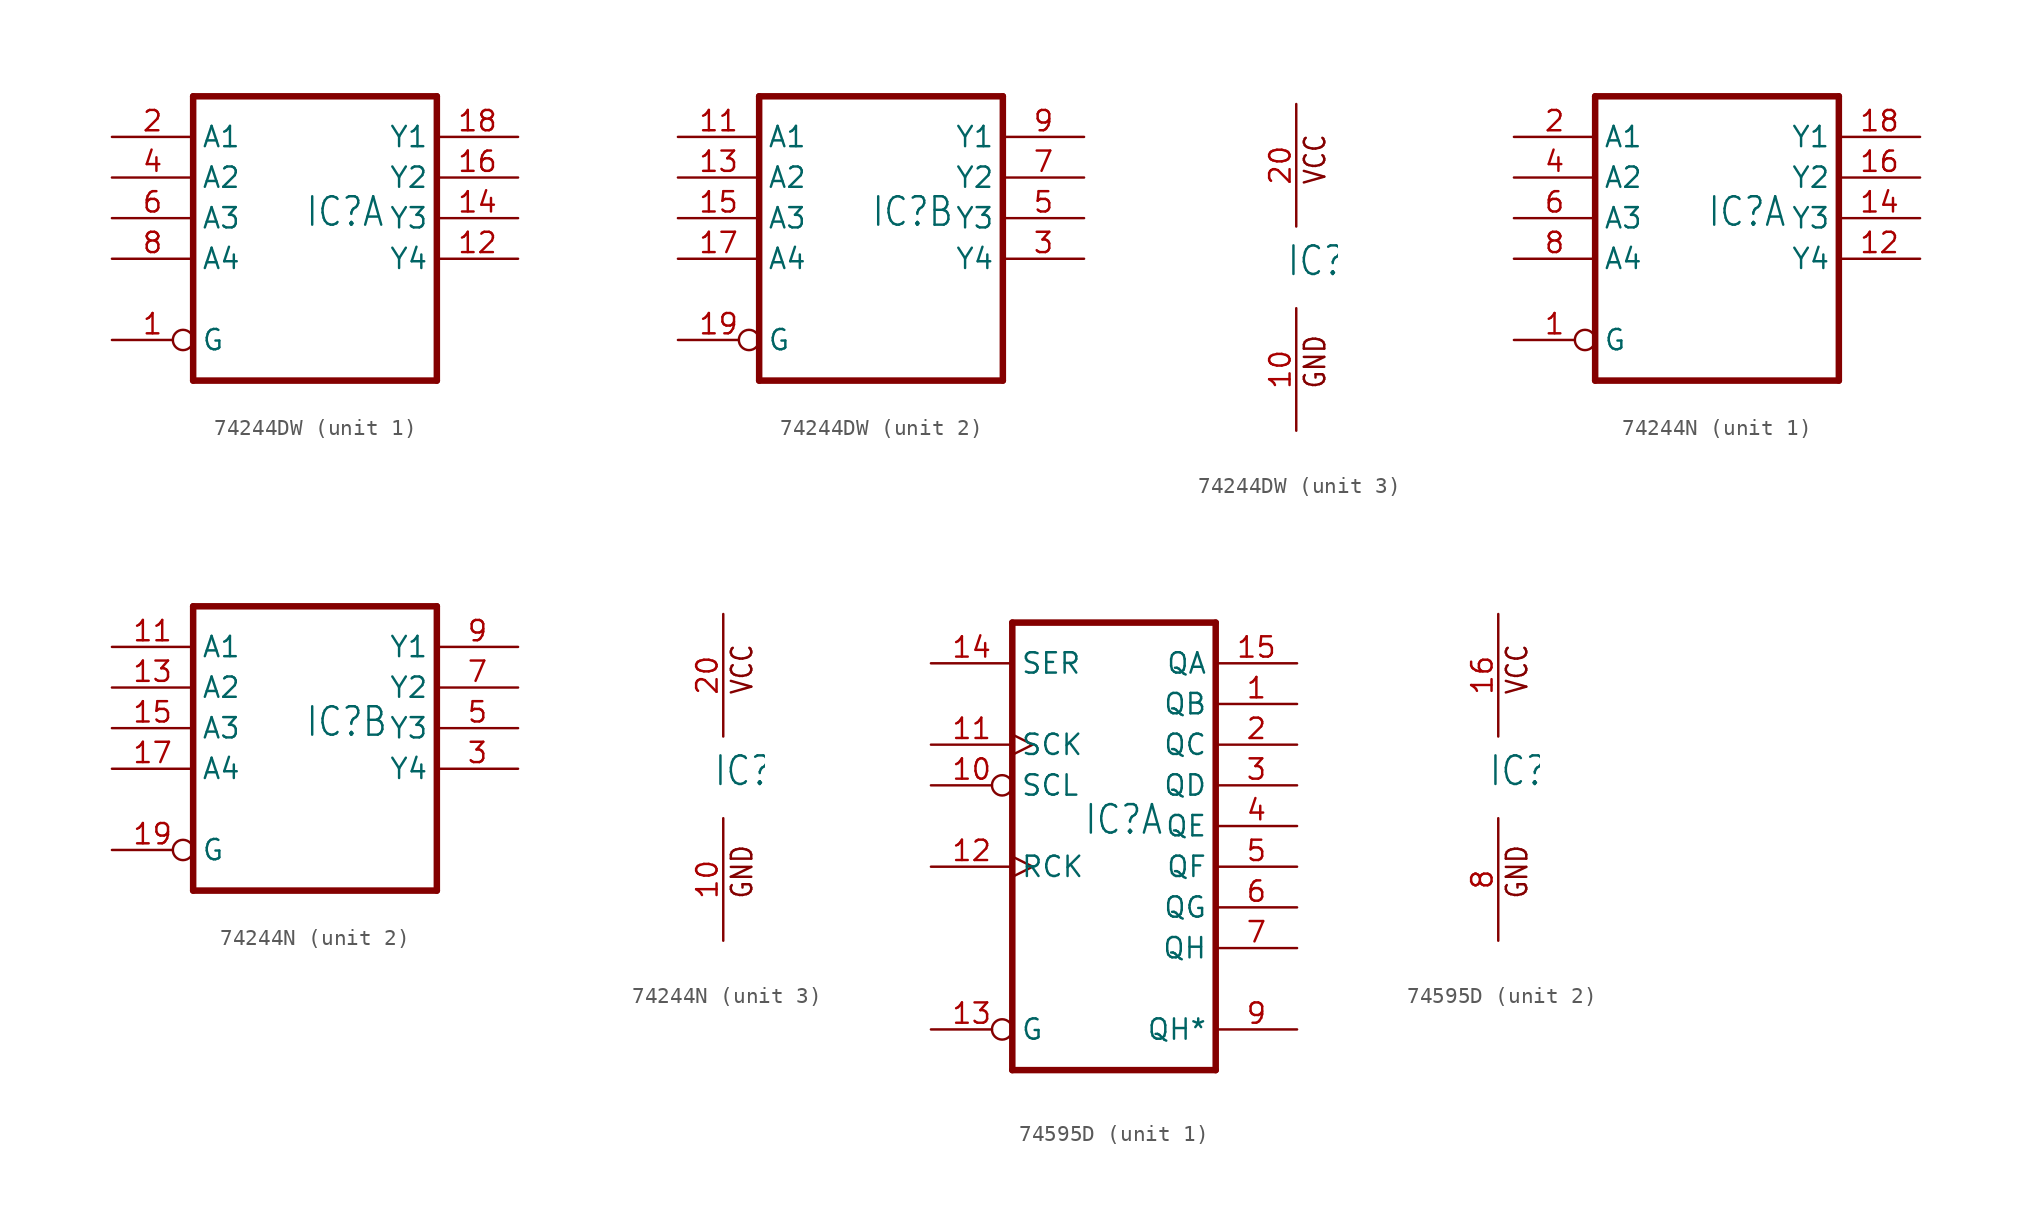
<source format=kicad_sym>
(kicad_symbol_lib
  (version 20220914)
  (generator kicad_symbol_editor)
  (symbol "74244DW"
    (property "Reference" "IC"
      (at -0.635 -0.635 0)
      (effects (font (size 1.778 1.511)) (justify left bottom)))
    (property "ki_locked" ""
      (at 0 0 0)
      (effects (font (size 1.27 1.27))))
    (symbol "74244DW_1_0"
      (polyline (pts (xy -7.62 -10.16) (xy 7.62 -10.16)) (stroke (width 0.406) (type solid)) (fill (type none)))
      (polyline (pts (xy -7.62 7.62) (xy -7.62 -10.16)) (stroke (width 0.406) (type solid)) (fill (type none)))
      (polyline (pts (xy 7.62 -10.16) (xy 7.62 7.62)) (stroke (width 0.406) (type solid)) (fill (type none)))
      (polyline (pts (xy 7.62 7.62) (xy -7.62 7.62)) (stroke (width 0.406) (type solid)) (fill (type none)))
      (pin input inverted (at -12.7 -7.62 0) (length 5.08) (name "G" (effects (font (size 1.27 1.27)))) (number "1" (effects (font (size 1.27 1.27)))))
      (pin tri_state line (at 12.7 -2.54 180) (length 5.08) (name "Y4" (effects (font (size 1.27 1.27)))) (number "12" (effects (font (size 1.27 1.27)))))
      (pin tri_state line (at 12.7 0 180) (length 5.08) (name "Y3" (effects (font (size 1.27 1.27)))) (number "14" (effects (font (size 1.27 1.27)))))
      (pin tri_state line (at 12.7 2.54 180) (length 5.08) (name "Y2" (effects (font (size 1.27 1.27)))) (number "16" (effects (font (size 1.27 1.27)))))
      (pin tri_state line (at 12.7 5.08 180) (length 5.08) (name "Y1" (effects (font (size 1.27 1.27)))) (number "18" (effects (font (size 1.27 1.27)))))
      (pin input line (at -12.7 5.08 0) (length 5.08) (name "A1" (effects (font (size 1.27 1.27)))) (number "2" (effects (font (size 1.27 1.27)))))
      (pin input line (at -12.7 2.54 0) (length 5.08) (name "A2" (effects (font (size 1.27 1.27)))) (number "4" (effects (font (size 1.27 1.27)))))
      (pin input line (at -12.7 0 0) (length 5.08) (name "A3" (effects (font (size 1.27 1.27)))) (number "6" (effects (font (size 1.27 1.27)))))
      (pin input line (at -12.7 -2.54 0) (length 5.08) (name "A4" (effects (font (size 1.27 1.27)))) (number "8" (effects (font (size 1.27 1.27))))))
    (symbol "74244DW_2_0"
      (polyline (pts (xy -7.62 -10.16) (xy 7.62 -10.16)) (stroke (width 0.406) (type solid)) (fill (type none)))
      (polyline (pts (xy -7.62 7.62) (xy -7.62 -10.16)) (stroke (width 0.406) (type solid)) (fill (type none)))
      (polyline (pts (xy 7.62 -10.16) (xy 7.62 7.62)) (stroke (width 0.406) (type solid)) (fill (type none)))
      (polyline (pts (xy 7.62 7.62) (xy -7.62 7.62)) (stroke (width 0.406) (type solid)) (fill (type none)))
      (pin input line (at -12.7 5.08 0) (length 5.08) (name "A1" (effects (font (size 1.27 1.27)))) (number "11" (effects (font (size 1.27 1.27)))))
      (pin input line (at -12.7 2.54 0) (length 5.08) (name "A2" (effects (font (size 1.27 1.27)))) (number "13" (effects (font (size 1.27 1.27)))))
      (pin input line (at -12.7 0 0) (length 5.08) (name "A3" (effects (font (size 1.27 1.27)))) (number "15" (effects (font (size 1.27 1.27)))))
      (pin input line (at -12.7 -2.54 0) (length 5.08) (name "A4" (effects (font (size 1.27 1.27)))) (number "17" (effects (font (size 1.27 1.27)))))
      (pin input inverted (at -12.7 -7.62 0) (length 5.08) (name "G" (effects (font (size 1.27 1.27)))) (number "19" (effects (font (size 1.27 1.27)))))
      (pin tri_state line (at 12.7 -2.54 180) (length 5.08) (name "Y4" (effects (font (size 1.27 1.27)))) (number "3" (effects (font (size 1.27 1.27)))))
      (pin tri_state line (at 12.7 0 180) (length 5.08) (name "Y3" (effects (font (size 1.27 1.27)))) (number "5" (effects (font (size 1.27 1.27)))))
      (pin tri_state line (at 12.7 2.54 180) (length 5.08) (name "Y2" (effects (font (size 1.27 1.27)))) (number "7" (effects (font (size 1.27 1.27)))))
      (pin tri_state line (at 12.7 5.08 180) (length 5.08) (name "Y1" (effects (font (size 1.27 1.27)))) (number "9" (effects (font (size 1.27 1.27))))))
    (symbol "74244DW_3_0"
      (text "GND" (at 1.905 -7.62 900) (effects (font (size 1.27 1.079)) (justify left bottom)))
      (text "VCC" (at 1.905 5.08 900) (effects (font (size 1.27 1.079)) (justify left bottom)))
      (pin power_in line (at 0 -10.16 90) (length 7.62) (name "GND" (effects (font (size 0 0)))) (number "10" (effects (font (size 1.27 1.27)))))
      (pin power_in line (at 0 10.16 270) (length 7.62) (name "VCC" (effects (font (size 0 0)))) (number "20" (effects (font (size 1.27 1.27)))))))
  (symbol "74244N"
    (property "Reference" "IC"
      (at -0.635 -0.635 0)
      (effects (font (size 1.778 1.511)) (justify left bottom)))
    (property "ki_locked" ""
      (at 0 0 0)
      (effects (font (size 1.27 1.27))))
    (symbol "74244N_1_0"
      (polyline (pts (xy -7.62 -10.16) (xy 7.62 -10.16)) (stroke (width 0.406) (type solid)) (fill (type none)))
      (polyline (pts (xy -7.62 7.62) (xy -7.62 -10.16)) (stroke (width 0.406) (type solid)) (fill (type none)))
      (polyline (pts (xy 7.62 -10.16) (xy 7.62 7.62)) (stroke (width 0.406) (type solid)) (fill (type none)))
      (polyline (pts (xy 7.62 7.62) (xy -7.62 7.62)) (stroke (width 0.406) (type solid)) (fill (type none)))
      (pin input inverted (at -12.7 -7.62 0) (length 5.08) (name "G" (effects (font (size 1.27 1.27)))) (number "1" (effects (font (size 1.27 1.27)))))
      (pin tri_state line (at 12.7 -2.54 180) (length 5.08) (name "Y4" (effects (font (size 1.27 1.27)))) (number "12" (effects (font (size 1.27 1.27)))))
      (pin tri_state line (at 12.7 0 180) (length 5.08) (name "Y3" (effects (font (size 1.27 1.27)))) (number "14" (effects (font (size 1.27 1.27)))))
      (pin tri_state line (at 12.7 2.54 180) (length 5.08) (name "Y2" (effects (font (size 1.27 1.27)))) (number "16" (effects (font (size 1.27 1.27)))))
      (pin tri_state line (at 12.7 5.08 180) (length 5.08) (name "Y1" (effects (font (size 1.27 1.27)))) (number "18" (effects (font (size 1.27 1.27)))))
      (pin input line (at -12.7 5.08 0) (length 5.08) (name "A1" (effects (font (size 1.27 1.27)))) (number "2" (effects (font (size 1.27 1.27)))))
      (pin input line (at -12.7 2.54 0) (length 5.08) (name "A2" (effects (font (size 1.27 1.27)))) (number "4" (effects (font (size 1.27 1.27)))))
      (pin input line (at -12.7 0 0) (length 5.08) (name "A3" (effects (font (size 1.27 1.27)))) (number "6" (effects (font (size 1.27 1.27)))))
      (pin input line (at -12.7 -2.54 0) (length 5.08) (name "A4" (effects (font (size 1.27 1.27)))) (number "8" (effects (font (size 1.27 1.27))))))
    (symbol "74244N_2_0"
      (polyline (pts (xy -7.62 -10.16) (xy 7.62 -10.16)) (stroke (width 0.406) (type solid)) (fill (type none)))
      (polyline (pts (xy -7.62 7.62) (xy -7.62 -10.16)) (stroke (width 0.406) (type solid)) (fill (type none)))
      (polyline (pts (xy 7.62 -10.16) (xy 7.62 7.62)) (stroke (width 0.406) (type solid)) (fill (type none)))
      (polyline (pts (xy 7.62 7.62) (xy -7.62 7.62)) (stroke (width 0.406) (type solid)) (fill (type none)))
      (pin input line (at -12.7 5.08 0) (length 5.08) (name "A1" (effects (font (size 1.27 1.27)))) (number "11" (effects (font (size 1.27 1.27)))))
      (pin input line (at -12.7 2.54 0) (length 5.08) (name "A2" (effects (font (size 1.27 1.27)))) (number "13" (effects (font (size 1.27 1.27)))))
      (pin input line (at -12.7 0 0) (length 5.08) (name "A3" (effects (font (size 1.27 1.27)))) (number "15" (effects (font (size 1.27 1.27)))))
      (pin input line (at -12.7 -2.54 0) (length 5.08) (name "A4" (effects (font (size 1.27 1.27)))) (number "17" (effects (font (size 1.27 1.27)))))
      (pin input inverted (at -12.7 -7.62 0) (length 5.08) (name "G" (effects (font (size 1.27 1.27)))) (number "19" (effects (font (size 1.27 1.27)))))
      (pin tri_state line (at 12.7 -2.54 180) (length 5.08) (name "Y4" (effects (font (size 1.27 1.27)))) (number "3" (effects (font (size 1.27 1.27)))))
      (pin tri_state line (at 12.7 0 180) (length 5.08) (name "Y3" (effects (font (size 1.27 1.27)))) (number "5" (effects (font (size 1.27 1.27)))))
      (pin tri_state line (at 12.7 2.54 180) (length 5.08) (name "Y2" (effects (font (size 1.27 1.27)))) (number "7" (effects (font (size 1.27 1.27)))))
      (pin tri_state line (at 12.7 5.08 180) (length 5.08) (name "Y1" (effects (font (size 1.27 1.27)))) (number "9" (effects (font (size 1.27 1.27))))))
    (symbol "74244N_3_0"
      (text "GND" (at 1.905 -7.62 900) (effects (font (size 1.27 1.079)) (justify left bottom)))
      (text "VCC" (at 1.905 5.08 900) (effects (font (size 1.27 1.079)) (justify left bottom)))
      (pin power_in line (at 0 -10.16 90) (length 7.62) (name "GND" (effects (font (size 0 0)))) (number "10" (effects (font (size 1.27 1.27)))))
      (pin power_in line (at 0 10.16 270) (length 7.62) (name "VCC" (effects (font (size 0 0)))) (number "20" (effects (font (size 1.27 1.27)))))))
  (symbol "74595D"
    (property "Reference" "IC"
      (at -0.635 -0.635 0)
      (effects (font (size 1.778 1.511)) (justify left bottom)))
    (property "ki_locked" ""
      (at 0 0 0)
      (effects (font (size 1.27 1.27))))
    (symbol "74595D_1_0"
      (polyline (pts (xy -5.08 -15.24) (xy 7.62 -15.24)) (stroke (width 0.406) (type solid)) (fill (type none)))
      (polyline (pts (xy -5.08 12.7) (xy -5.08 -15.24)) (stroke (width 0.406) (type solid)) (fill (type none)))
      (polyline (pts (xy 7.62 -15.24) (xy 7.62 12.7)) (stroke (width 0.406) (type solid)) (fill (type none)))
      (polyline (pts (xy 7.62 12.7) (xy -5.08 12.7)) (stroke (width 0.406) (type solid)) (fill (type none)))
      (pin tri_state line (at 12.7 7.62 180) (length 5.08) (name "QB" (effects (font (size 1.27 1.27)))) (number "1" (effects (font (size 1.27 1.27)))))
      (pin input inverted (at -10.16 2.54 0) (length 5.08) (name "SCL" (effects (font (size 1.27 1.27)))) (number "10" (effects (font (size 1.27 1.27)))))
      (pin input clock (at -10.16 5.08 0) (length 5.08) (name "SCK" (effects (font (size 1.27 1.27)))) (number "11" (effects (font (size 1.27 1.27)))))
      (pin input clock (at -10.16 -2.54 0) (length 5.08) (name "RCK" (effects (font (size 1.27 1.27)))) (number "12" (effects (font (size 1.27 1.27)))))
      (pin input inverted (at -10.16 -12.7 0) (length 5.08) (name "G" (effects (font (size 1.27 1.27)))) (number "13" (effects (font (size 1.27 1.27)))))
      (pin input line (at -10.16 10.16 0) (length 5.08) (name "SER" (effects (font (size 1.27 1.27)))) (number "14" (effects (font (size 1.27 1.27)))))
      (pin tri_state line (at 12.7 10.16 180) (length 5.08) (name "QA" (effects (font (size 1.27 1.27)))) (number "15" (effects (font (size 1.27 1.27)))))
      (pin tri_state line (at 12.7 5.08 180) (length 5.08) (name "QC" (effects (font (size 1.27 1.27)))) (number "2" (effects (font (size 1.27 1.27)))))
      (pin tri_state line (at 12.7 2.54 180) (length 5.08) (name "QD" (effects (font (size 1.27 1.27)))) (number "3" (effects (font (size 1.27 1.27)))))
      (pin tri_state line (at 12.7 0 180) (length 5.08) (name "QE" (effects (font (size 1.27 1.27)))) (number "4" (effects (font (size 1.27 1.27)))))
      (pin tri_state line (at 12.7 -2.54 180) (length 5.08) (name "QF" (effects (font (size 1.27 1.27)))) (number "5" (effects (font (size 1.27 1.27)))))
      (pin tri_state line (at 12.7 -5.08 180) (length 5.08) (name "QG" (effects (font (size 1.27 1.27)))) (number "6" (effects (font (size 1.27 1.27)))))
      (pin tri_state line (at 12.7 -7.62 180) (length 5.08) (name "QH" (effects (font (size 1.27 1.27)))) (number "7" (effects (font (size 1.27 1.27)))))
      (pin tri_state line (at 12.7 -12.7 180) (length 5.08) (name "QH*" (effects (font (size 1.27 1.27)))) (number "9" (effects (font (size 1.27 1.27))))))
    (symbol "74595D_2_0"
      (text "GND" (at 1.905 -7.62 900) (effects (font (size 1.27 1.079)) (justify left bottom)))
      (text "VCC" (at 1.905 5.08 900) (effects (font (size 1.27 1.079)) (justify left bottom)))
      (pin power_in line (at 0 10.16 270) (length 7.62) (name "VCC" (effects (font (size 0 0)))) (number "16" (effects (font (size 1.27 1.27)))))
      (pin power_in line (at 0 -10.16 90) (length 7.62) (name "GND" (effects (font (size 0 0)))) (number "8" (effects (font (size 1.27 1.27))))))))
</source>
